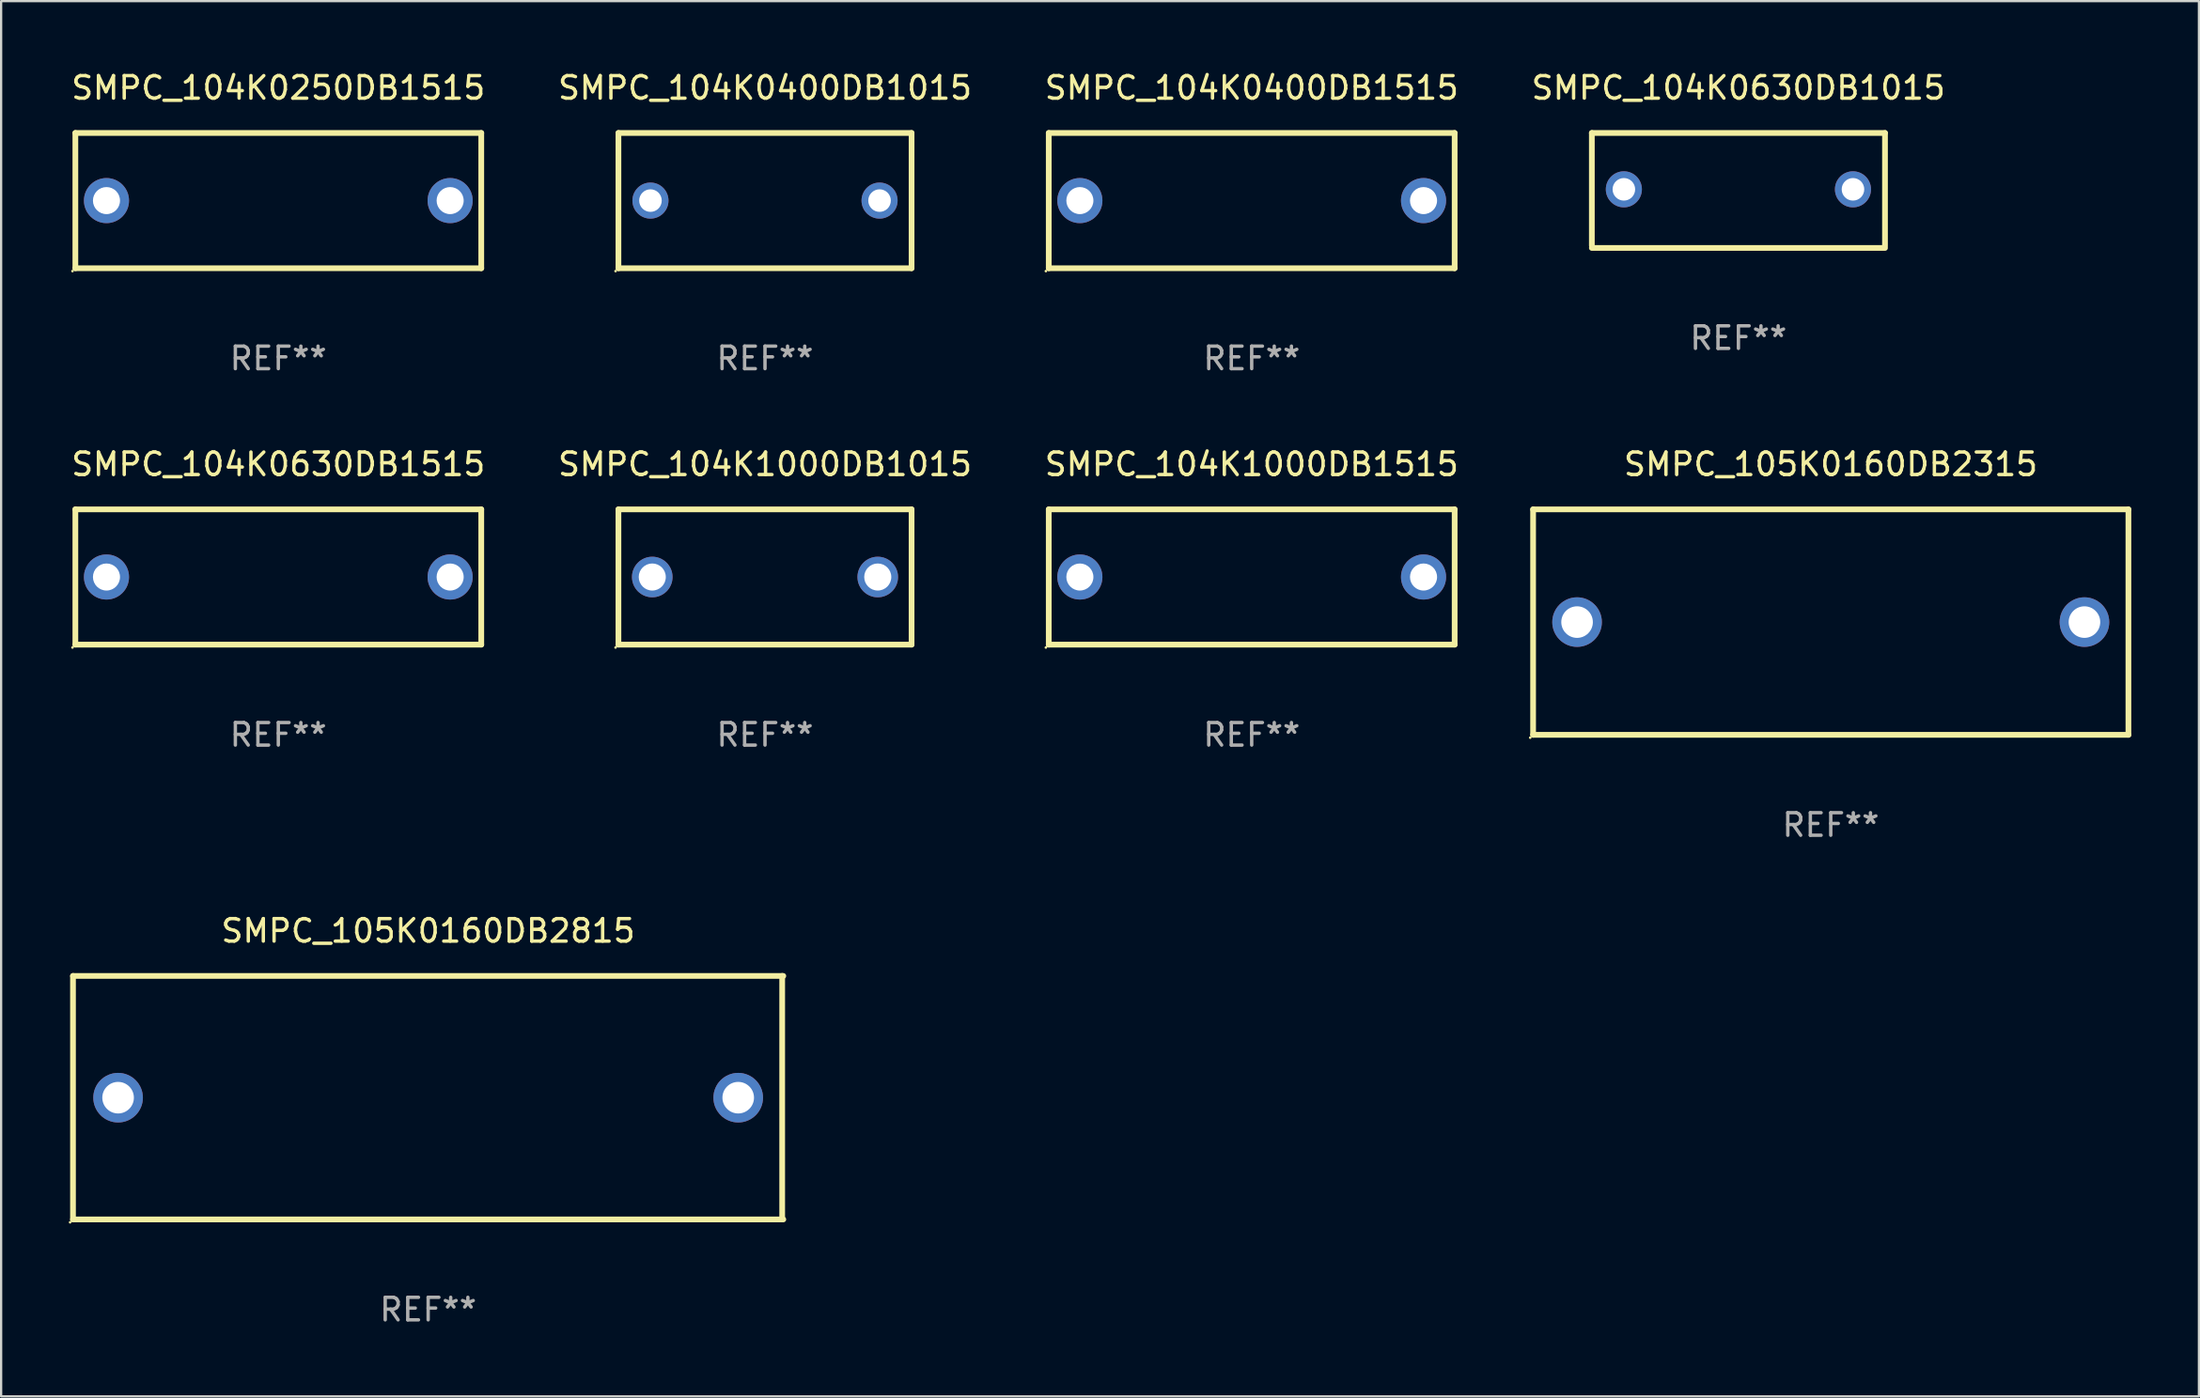
<source format=kicad_pcb>
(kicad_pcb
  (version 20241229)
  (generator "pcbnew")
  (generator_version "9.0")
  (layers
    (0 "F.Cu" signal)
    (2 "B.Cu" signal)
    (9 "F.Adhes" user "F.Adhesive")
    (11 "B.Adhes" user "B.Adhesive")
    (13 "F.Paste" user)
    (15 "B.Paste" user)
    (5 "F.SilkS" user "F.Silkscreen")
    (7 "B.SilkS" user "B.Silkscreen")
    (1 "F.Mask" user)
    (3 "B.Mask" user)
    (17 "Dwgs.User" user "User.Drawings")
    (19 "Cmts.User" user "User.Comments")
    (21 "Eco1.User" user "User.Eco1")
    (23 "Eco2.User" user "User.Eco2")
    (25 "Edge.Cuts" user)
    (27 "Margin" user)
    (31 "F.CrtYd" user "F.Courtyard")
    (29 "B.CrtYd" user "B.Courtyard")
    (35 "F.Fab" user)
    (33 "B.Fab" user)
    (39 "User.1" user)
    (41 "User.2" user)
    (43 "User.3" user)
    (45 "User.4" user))
  (footprint "SMPC_104K0400DB1015"
    (layer "F.Cu")
    (at 30.875 5.848)
    (property "Reference" "SMPC_104K0400DB1015" (at 0 -5 0) (layer "F.SilkS") (effects (font (size 1 1) (thickness 0.15))))
    (attr through_hole)
    (fp_line (start -6.5 -3) (end 6.5 -3) (stroke (width 0.254) (type solid)) (layer "F.SilkS"))
    (fp_line (start -6.5 3) (end -6.5 -3) (stroke (width 0.254) (type solid)) (layer "F.SilkS"))
    (fp_line (start 6.5 -3) (end 6.5 3) (stroke (width 0.254) (type solid)) (layer "F.SilkS"))
    (fp_line (start 6.5 3) (end -6.5 3) (stroke (width 0.254) (type solid)) (layer "F.SilkS"))
    (fp_circle (center -6.627 3.127) (end -6.597 3.127) (stroke (width 0.06) (type solid)) (fill no) (layer "F.SilkS"))
    (fp_text user "REF**" (at 0 7 0) (layer "F.Fab") (effects (font (size 1 1) (thickness 0.15))))
    (pad "1" thru_hole circle (at -5.08 0) (size 1.6 1.6) (drill 1) (layers "*.Cu" "*.Mask"))
    (pad "2" thru_hole circle (at 5.08 0) (size 1.6 1.6) (drill 1) (layers "*.Cu" "*.Mask")))
  (footprint "SMPC_104K0630DB1015"
    (layer "F.Cu")
    (at 74.042 5.398)
    (property "Reference" "SMPC_104K0630DB1015" (at 0 -4.55 0) (layer "F.SilkS") (effects (font (size 1 1) (thickness 0.15))))
    (attr through_hole)
    (fp_line (start -6.5 -2.55) (end 6.5 -2.55) (stroke (width 0.254) (type solid)) (layer "F.SilkS"))
    (fp_line (start -6.5 2.45) (end -6.5 -2.55) (stroke (width 0.254) (type solid)) (layer "F.SilkS"))
    (fp_line (start 6.5 -2.55) (end 6.5 2.45) (stroke (width 0.254) (type solid)) (layer "F.SilkS"))
    (fp_line (start 6.5 2.55) (end -6.5 2.55) (stroke (width 0.254) (type solid)) (layer "F.SilkS"))
    (fp_circle (center -6.5 2.45) (end -6.47 2.45) (stroke (width 0.06) (type solid)) (fill no) (layer "F.SilkS"))
    (fp_text user "REF**" (at 0 6.55 0) (layer "F.Fab") (effects (font (size 1 1) (thickness 0.15))))
    (pad "1" thru_hole circle (at -5.08 -0.05) (size 1.6 1.6) (drill 1) (layers "*.Cu" "*.Mask"))
    (pad "2" thru_hole circle (at 5.08 -0.05) (size 1.6 1.6) (drill 1) (layers "*.Cu" "*.Mask")))
  (footprint "SMPC_104K0630DB1515"
    (layer "F.Cu")
    (at 9.292 22.545)
    (property "Reference" "SMPC_104K0630DB1515" (at 0 -5 0) (layer "F.SilkS") (effects (font (size 1 1) (thickness 0.15))))
    (attr through_hole)
    (fp_line (start -9 -3) (end 9 -3) (stroke (width 0.254) (type solid)) (layer "F.SilkS"))
    (fp_line (start -9 3) (end -9 -3) (stroke (width 0.254) (type solid)) (layer "F.SilkS"))
    (fp_line (start 9 -3) (end 9 3) (stroke (width 0.254) (type solid)) (layer "F.SilkS"))
    (fp_line (start 9 3) (end -9 3) (stroke (width 0.254) (type solid)) (layer "F.SilkS"))
    (fp_circle (center -9.127 3.127) (end -9.097 3.127) (stroke (width 0.06) (type solid)) (fill no) (layer "F.SilkS"))
    (fp_text user "REF**" (at 0 7 0) (layer "F.Fab") (effects (font (size 1 1) (thickness 0.15))))
    (pad "1" thru_hole circle (at -7.62 0) (size 2 2) (drill 1.2) (layers "*.Cu" "*.Mask"))
    (pad "2" thru_hole circle (at 7.62 0) (size 2 2) (drill 1.2) (layers "*.Cu" "*.Mask")))
  (footprint "SMPC_104K0250DB1515"
    (layer "F.Cu")
    (at 9.292 5.848)
    (property "Reference" "SMPC_104K0250DB1515" (at 0 -5 0) (layer "F.SilkS") (effects (font (size 1 1) (thickness 0.15))))
    (attr through_hole)
    (fp_line (start -9 -3) (end 9 -3) (stroke (width 0.254) (type solid)) (layer "F.SilkS"))
    (fp_line (start -9 3) (end -9 -3) (stroke (width 0.254) (type solid)) (layer "F.SilkS"))
    (fp_line (start 9 -3) (end 9 3) (stroke (width 0.254) (type solid)) (layer "F.SilkS"))
    (fp_line (start 9 3) (end -9 3) (stroke (width 0.254) (type solid)) (layer "F.SilkS"))
    (fp_circle (center -9.127 3.127) (end -9.097 3.127) (stroke (width 0.06) (type solid)) (fill no) (layer "F.SilkS"))
    (fp_text user "REF**" (at 0 7 0) (layer "F.Fab") (effects (font (size 1 1) (thickness 0.15))))
    (pad "1" thru_hole circle (at -7.62 0) (size 2 2) (drill 1.2) (layers "*.Cu" "*.Mask"))
    (pad "2" thru_hole circle (at 7.62 0) (size 2 2) (drill 1.2) (layers "*.Cu" "*.Mask")))
  (footprint "SMPC_104K0400DB1515"
    (layer "F.Cu")
    (at 52.458 5.848)
    (property "Reference" "SMPC_104K0400DB1515" (at 0 -5 0) (layer "F.SilkS") (effects (font (size 1 1) (thickness 0.15))))
    (attr through_hole)
    (fp_line (start -9 -3) (end 9 -3) (stroke (width 0.254) (type solid)) (layer "F.SilkS"))
    (fp_line (start -9 3) (end -9 -3) (stroke (width 0.254) (type solid)) (layer "F.SilkS"))
    (fp_line (start 9 -3) (end 9 3) (stroke (width 0.254) (type solid)) (layer "F.SilkS"))
    (fp_line (start 9 3) (end -9 3) (stroke (width 0.254) (type solid)) (layer "F.SilkS"))
    (fp_circle (center -9.127 3.127) (end -9.097 3.127) (stroke (width 0.06) (type solid)) (fill no) (layer "F.SilkS"))
    (fp_text user "REF**" (at 0 7 0) (layer "F.Fab") (effects (font (size 1 1) (thickness 0.15))))
    (pad "1" thru_hole circle (at -7.62 0) (size 2 2) (drill 1.2) (layers "*.Cu" "*.Mask"))
    (pad "2" thru_hole circle (at 7.62 0) (size 2 2) (drill 1.2) (layers "*.Cu" "*.Mask")))
  (footprint "SMPC_105K0160DB2315"
    (layer "F.Cu")
    (at 78.137 24.545)
    (property "Reference" "SMPC_105K0160DB2315" (at 0 -7 0) (layer "F.SilkS") (effects (font (size 1 1) (thickness 0.15))))
    (attr through_hole)
    (fp_line (start -13.2 -5) (end 13.2 -5) (stroke (width 0.254) (type solid)) (layer "F.SilkS"))
    (fp_line (start -13.2 5) (end -13.2 -5) (stroke (width 0.254) (type solid)) (layer "F.SilkS"))
    (fp_line (start 13.2 -5) (end 13.2 5) (stroke (width 0.254) (type solid)) (layer "F.SilkS"))
    (fp_line (start 13.2 5) (end -13.2 5) (stroke (width 0.254) (type solid)) (layer "F.SilkS"))
    (fp_circle (center -13.327 5.127) (end -13.297 5.127) (stroke (width 0.06) (type solid)) (fill no) (layer "F.SilkS"))
    (fp_text user "REF**" (at 0 9 0) (layer "F.Fab") (effects (font (size 1 1) (thickness 0.15))))
    (pad "1" thru_hole circle (at -11.25 0) (size 2.2 2.2) (drill 1.4) (layers "*.Cu" "*.Mask"))
    (pad "2" thru_hole circle (at 11.25 0) (size 2.2 2.2) (drill 1.4) (layers "*.Cu" "*.Mask")))
  (footprint "SMPC_104K1000DB1015"
    (layer "F.Cu")
    (at 30.875 22.545)
    (property "Reference" "SMPC_104K1000DB1015" (at 0 -5 0) (layer "F.SilkS") (effects (font (size 1 1) (thickness 0.15))))
    (attr through_hole)
    (fp_line (start -6.5 -3) (end 6.5 -3) (stroke (width 0.254) (type solid)) (layer "F.SilkS"))
    (fp_line (start -6.5 3) (end -6.5 -3) (stroke (width 0.254) (type solid)) (layer "F.SilkS"))
    (fp_line (start -6.5 3) (end 6.5 3) (stroke (width 0.254) (type solid)) (layer "F.SilkS"))
    (fp_line (start 6.5 -3) (end 6.5 3) (stroke (width 0.254) (type solid)) (layer "F.SilkS"))
    (fp_circle (center -6.627 3.127) (end -6.597 3.127) (stroke (width 0.06) (type solid)) (fill no) (layer "F.SilkS"))
    (fp_text user "REF**" (at 0 7 0) (layer "F.Fab") (effects (font (size 1 1) (thickness 0.15))))
    (pad "1" thru_hole circle (at -5 0) (size 1.8 1.8) (drill 1.2) (layers "*.Cu" "*.Mask"))
    (pad "2" thru_hole circle (at 5 0) (size 1.8 1.8) (drill 1.2) (layers "*.Cu" "*.Mask")))
  (footprint "SMPC_104K1000DB1515"
    (layer "F.Cu")
    (at 52.458 22.545)
    (property "Reference" "SMPC_104K1000DB1515" (at 0 -5 0) (layer "F.SilkS") (effects (font (size 1 1) (thickness 0.15))))
    (attr through_hole)
    (fp_line (start -9 -3) (end 9 -3) (stroke (width 0.254) (type solid)) (layer "F.SilkS"))
    (fp_line (start -9 3) (end -9 -3) (stroke (width 0.254) (type solid)) (layer "F.SilkS"))
    (fp_line (start 9 -3) (end 9 3) (stroke (width 0.254) (type solid)) (layer "F.SilkS"))
    (fp_line (start 9 3) (end -9 3) (stroke (width 0.254) (type solid)) (layer "F.SilkS"))
    (fp_circle (center -9.127 3.127) (end -9.097 3.127) (stroke (width 0.06) (type solid)) (fill no) (layer "F.SilkS"))
    (fp_text user "REF**" (at 0 7 0) (layer "F.Fab") (effects (font (size 1 1) (thickness 0.15))))
    (pad "1" thru_hole circle (at -7.62 0) (size 2 2) (drill 1.2) (layers "*.Cu" "*.Mask"))
    (pad "2" thru_hole circle (at 7.62 0) (size 2 2) (drill 1.2) (layers "*.Cu" "*.Mask")))
  (footprint "SMPC_105K0160DB2815"
    (layer "F.Cu")
    (at 15.937 45.641)
    (property "Reference" "SMPC_105K0160DB2815" (at 0 -7.4 0) (layer "F.SilkS") (effects (font (size 1 1) (thickness 0.15))))
    (attr through_hole)
    (fp_line (start -15.75 -5.4) (end 15.75 -5.4) (stroke (width 0.254) (type solid)) (layer "F.SilkS"))
    (fp_line (start -15.75 5.4) (end -15.75 -5.4) (stroke (width 0.254) (type solid)) (layer "F.SilkS"))
    (fp_line (start 15.7 -5.4) (end 15.7 5.4) (stroke (width 0.254) (type solid)) (layer "F.SilkS"))
    (fp_line (start 15.75 5.4) (end -15.75 5.4) (stroke (width 0.254) (type solid)) (layer "F.SilkS"))
    (fp_circle (center -15.877 5.527) (end -15.847 5.527) (stroke (width 0.06) (type solid)) (fill no) (layer "F.SilkS"))
    (fp_text user "REF**" (at 0 9.4 0) (layer "F.Fab") (effects (font (size 1 1) (thickness 0.15))))
    (pad "1" thru_hole circle (at -13.75 0) (size 2.2 2.2) (drill 1.4) (layers "*.Cu" "*.Mask"))
    (pad "2" thru_hole circle (at 13.75 0) (size 2.2 2.2) (drill 1.4) (layers "*.Cu" "*.Mask")))
  (gr_rect
    (start -3 -3)
    (end 94.464 58.889)
    (stroke (width 0.1) (type default))
    (fill no)
    (layer "Edge.Cuts")))
</source>
